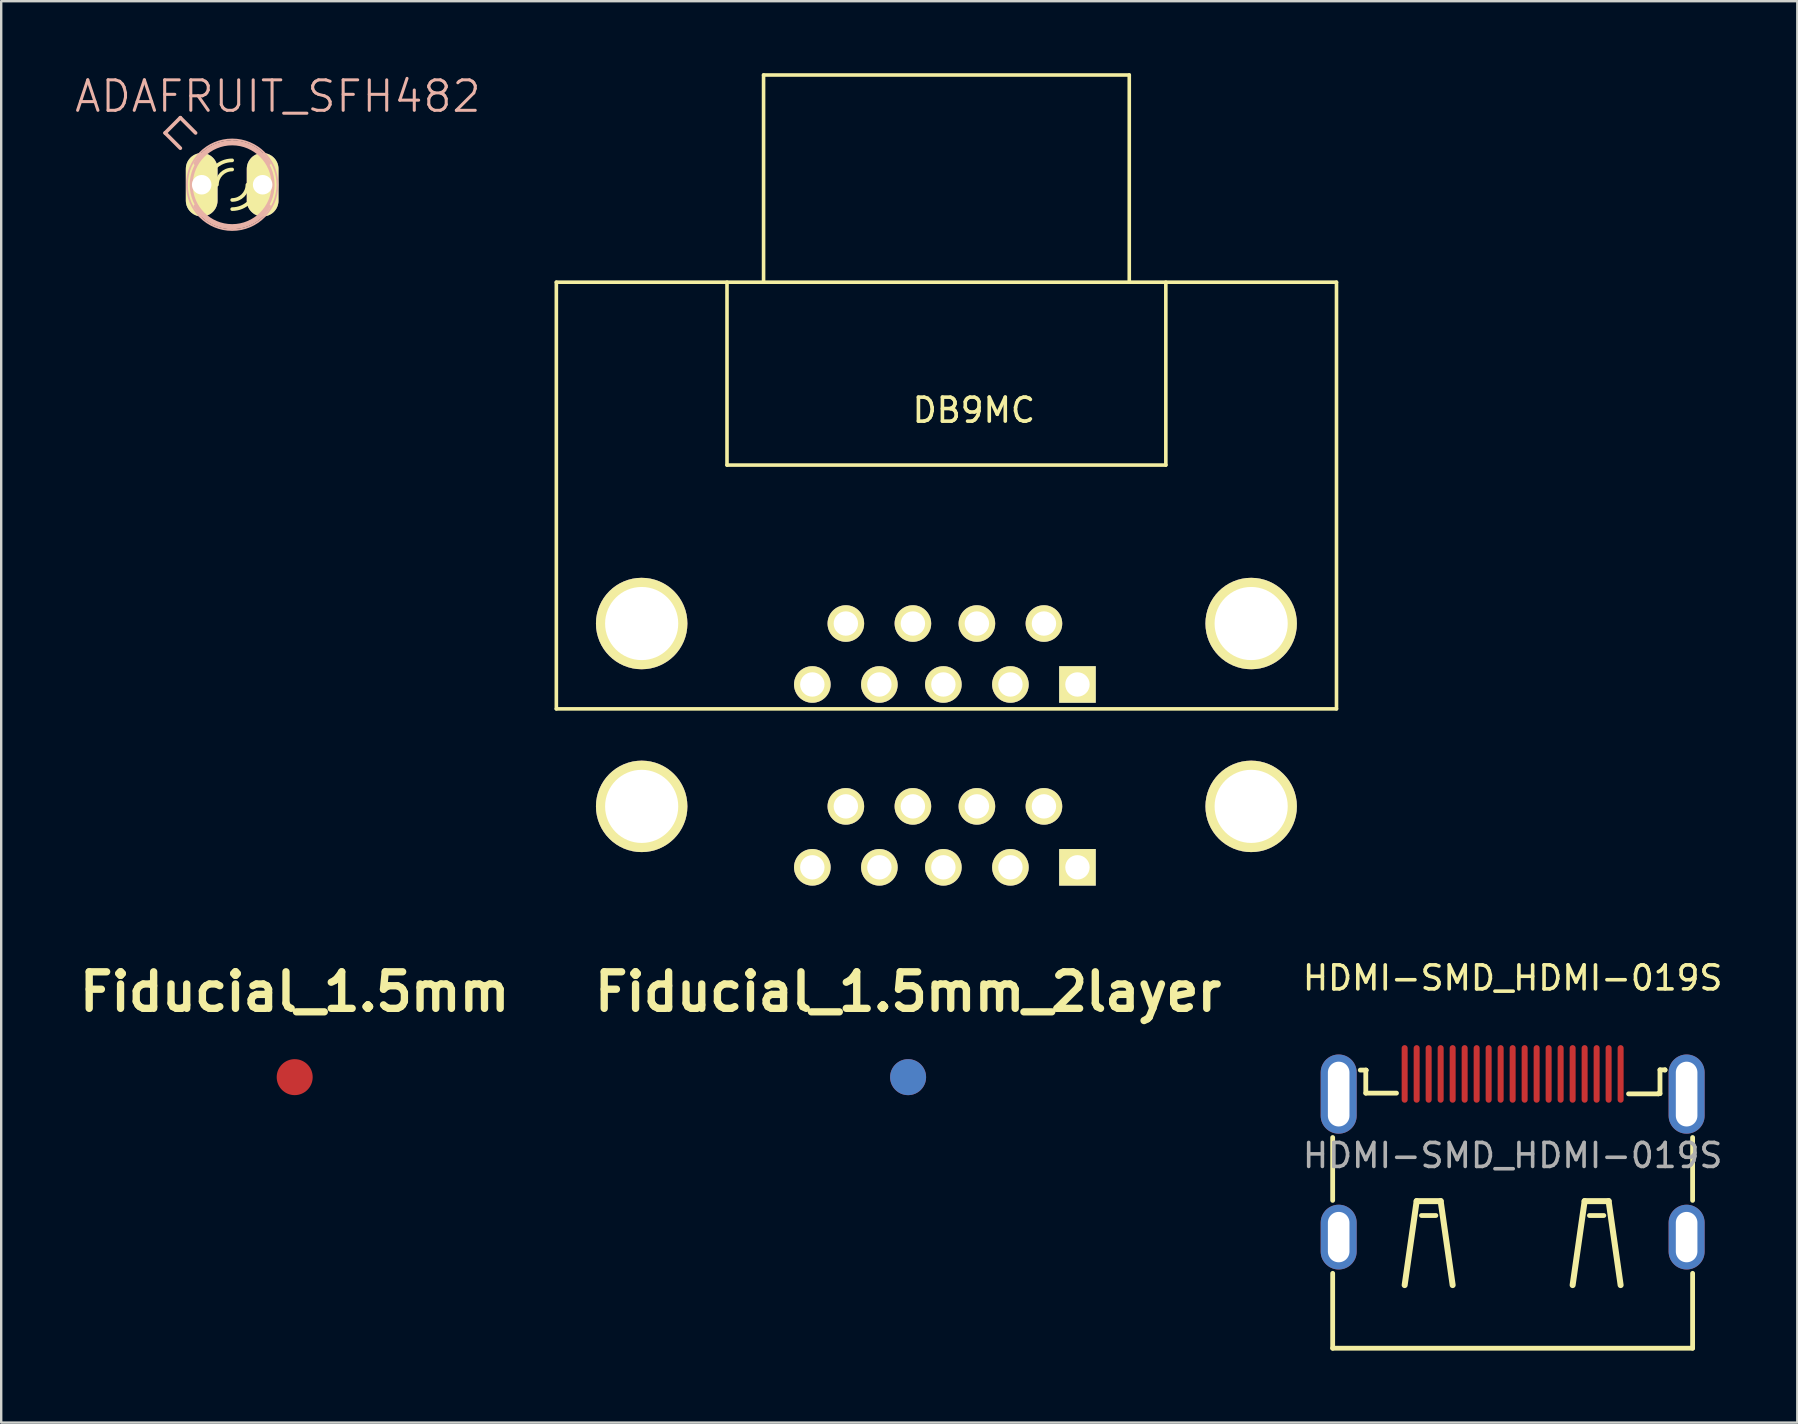
<source format=kicad_pcb>
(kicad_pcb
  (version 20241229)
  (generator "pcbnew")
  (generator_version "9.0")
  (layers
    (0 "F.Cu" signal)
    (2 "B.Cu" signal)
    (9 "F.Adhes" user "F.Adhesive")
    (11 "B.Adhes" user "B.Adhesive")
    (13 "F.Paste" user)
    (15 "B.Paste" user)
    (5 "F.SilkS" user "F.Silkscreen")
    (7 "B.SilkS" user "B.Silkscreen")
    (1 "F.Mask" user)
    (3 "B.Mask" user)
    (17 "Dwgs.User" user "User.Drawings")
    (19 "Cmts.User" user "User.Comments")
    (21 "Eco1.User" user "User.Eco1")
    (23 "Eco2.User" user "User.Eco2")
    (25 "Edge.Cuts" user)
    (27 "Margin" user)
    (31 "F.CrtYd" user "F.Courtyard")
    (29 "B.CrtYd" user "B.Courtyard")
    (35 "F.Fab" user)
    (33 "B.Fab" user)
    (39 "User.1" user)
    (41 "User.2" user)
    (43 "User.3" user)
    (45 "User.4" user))
  (footprint "Fiducial_1.5mm_2layer"
    (layer "F.Cu")
    (at 34.794 41.839)
    (property "Reference" "Fiducial_1.5mm_2layer" (at 0 -3.556 0) (layer "F.SilkS") (effects (font (size 1.524 1.524) (thickness 0.305))))
    (attr smd)
    (pad "~" connect circle (at 0 0) (size 1.5 1.5) (layers "F.Cu" "F.Mask"))
    (pad "~" connect circle (at 0 0) (size 1.5 1.5) (layers "B.Cu" "B.Mask")))
  (footprint "HDMI-SMD_HDMI-019S"
    (layer "F.Cu")
    (at 59.988 45.105)
    (property "Reference" "HDMI-SMD_HDMI-019S" (at 0 -7.4 0) (layer "F.SilkS") (effects (font (size 1 1) (thickness 0.15))))
    (attr smd)
    (fp_line (start -7.5 1.87) (end -7.5 -0.75) (stroke (width 0.2) (type solid)) (layer "F.SilkS"))
    (fp_line (start -7.5 8.03) (end -7.5 4.91) (stroke (width 0.2) (type solid)) (layer "F.SilkS"))
    (fp_line (start -7.5 8.03) (end 7.5 8.03) (stroke (width 0.2) (type solid)) (layer "F.SilkS"))
    (fp_line (start -6.35 -3.56) (end -6.11 -3.56) (stroke (width 0.2) (type solid)) (layer "F.SilkS"))
    (fp_line (start -6.12 -3.55) (end -6.12 -2.6) (stroke (width 0.2) (type solid)) (layer "F.SilkS"))
    (fp_line (start -6.12 -2.6) (end -4.84 -2.6) (stroke (width 0.2) (type solid)) (layer "F.SilkS"))
    (fp_line (start -6.11 -3.56) (end -6.11 -3.55) (stroke (width 0.2) (type solid)) (layer "F.SilkS"))
    (fp_line (start -6.11 -3.55) (end -6.12 -3.55) (stroke (width 0.2) (type solid)) (layer "F.SilkS"))
    (fp_line (start -4 1.9) (end -4.5 5.4) (stroke (width 0.25) (type solid)) (layer "F.SilkS"))
    (fp_line (start -3.2 2.5) (end -3.8 2.5) (stroke (width 0.2) (type solid)) (layer "F.SilkS"))
    (fp_line (start -3 1.9) (end -4 1.9) (stroke (width 0.25) (type solid)) (layer "F.SilkS"))
    (fp_line (start -2.5 5.4) (end -3 1.9) (stroke (width 0.25) (type solid)) (layer "F.SilkS"))
    (fp_line (start 2.5 5.4) (end 3 1.9) (stroke (width 0.25) (type solid)) (layer "F.SilkS"))
    (fp_line (start 3 1.9) (end 4 1.9) (stroke (width 0.25) (type solid)) (layer "F.SilkS"))
    (fp_line (start 3.2 2.5) (end 3.8 2.5) (stroke (width 0.2) (type solid)) (layer "F.SilkS"))
    (fp_line (start 4 1.9) (end 4.5 5.4) (stroke (width 0.25) (type solid)) (layer "F.SilkS"))
    (fp_line (start 4.83 -2.57) (end 6.08 -2.57) (stroke (width 0.2) (type solid)) (layer "F.SilkS"))
    (fp_line (start 6.08 -2.58) (end 6.14 -2.58) (stroke (width 0.2) (type solid)) (layer "F.SilkS"))
    (fp_line (start 6.08 -2.57) (end 6.08 -2.58) (stroke (width 0.2) (type solid)) (layer "F.SilkS"))
    (fp_line (start 6.14 -3.57) (end 6.35 -3.57) (stroke (width 0.2) (type solid)) (layer "F.SilkS"))
    (fp_line (start 6.14 -2.58) (end 6.14 -3.57) (stroke (width 0.2) (type solid)) (layer "F.SilkS"))
    (fp_line (start 6.35 -3.57) (end 6.35 -3.56) (stroke (width 0.2) (type solid)) (layer "F.SilkS"))
    (fp_line (start 7.5 1.87) (end 7.5 -0.75) (stroke (width 0.2) (type solid)) (layer "F.SilkS"))
    (fp_line (start 7.5 8.03) (end 7.5 4.91) (stroke (width 0.2) (type solid)) (layer "F.SilkS"))
    (fp_circle (center 7.5 -3.6) (end 7.53 -3.6) (stroke (width 0.06) (type solid)) (fill no) (layer "F.Fab"))
    (fp_text user "${REFERENCE}" (at 0 0 0) (layer "F.Fab") (effects (font (size 1 1) (thickness 0.15))))
    (pad "1" smd oval (at 4.5 -3.4) (size 0.25 2.4) (layers "F.Cu" "F.Mask" "F.Paste"))
    (pad "2" smd oval (at 4 -3.4) (size 0.25 2.4) (layers "F.Cu" "F.Mask" "F.Paste"))
    (pad "3" smd oval (at 3.5 -3.4) (size 0.25 2.4) (layers "F.Cu" "F.Mask" "F.Paste"))
    (pad "4" smd oval (at 3 -3.4) (size 0.25 2.4) (layers "F.Cu" "F.Mask" "F.Paste"))
    (pad "5" smd oval (at 2.5 -3.4) (size 0.25 2.4) (layers "F.Cu" "F.Mask" "F.Paste"))
    (pad "6" smd oval (at 2 -3.4) (size 0.25 2.4) (layers "F.Cu" "F.Mask" "F.Paste"))
    (pad "7" smd oval (at 1.5 -3.4) (size 0.25 2.4) (layers "F.Cu" "F.Mask" "F.Paste"))
    (pad "8" smd oval (at 1 -3.4) (size 0.25 2.4) (layers "F.Cu" "F.Mask" "F.Paste"))
    (pad "9" smd oval (at 0.5 -3.4) (size 0.25 2.4) (layers "F.Cu" "F.Mask" "F.Paste"))
    (pad "10" smd oval (at 0 -3.4) (size 0.25 2.4) (layers "F.Cu" "F.Mask" "F.Paste"))
    (pad "11" smd oval (at -0.5 -3.4) (size 0.25 2.4) (layers "F.Cu" "F.Mask" "F.Paste"))
    (pad "12" smd oval (at -1 -3.4) (size 0.25 2.4) (layers "F.Cu" "F.Mask" "F.Paste"))
    (pad "13" smd oval (at -1.5 -3.4) (size 0.25 2.4) (layers "F.Cu" "F.Mask" "F.Paste"))
    (pad "14" smd oval (at -2 -3.4) (size 0.25 2.4) (layers "F.Cu" "F.Mask" "F.Paste"))
    (pad "15" smd oval (at -2.5 -3.4) (size 0.25 2.4) (layers "F.Cu" "F.Mask" "F.Paste"))
    (pad "16" smd oval (at -3 -3.4) (size 0.25 2.4) (layers "F.Cu" "F.Mask" "F.Paste"))
    (pad "17" smd oval (at -3.5 -3.4) (size 0.25 2.4) (layers "F.Cu" "F.Mask" "F.Paste"))
    (pad "18" smd oval (at -4 -3.4) (size 0.25 2.4) (layers "F.Cu" "F.Mask" "F.Paste"))
    (pad "19" smd oval (at -4.5 -3.4) (size 0.25 2.4) (layers "F.Cu" "F.Mask" "F.Paste"))
    (pad "SH" thru_hole oval (at -7.25 -2.56) (size 1.5 3.3) (drill oval 0.9 2.7) (layers "*.Cu" "*.Paste" "*.Mask"))
    (pad "SH" thru_hole oval (at -7.25 3.4) (size 1.5 2.7) (drill oval 0.9 2.1) (layers "*.Cu" "*.Paste" "*.Mask"))
    (pad "SH" thru_hole oval (at 7.25 -2.56) (size 1.5 3.3) (drill oval 0.9 2.7) (layers "*.Cu" "*.Paste" "*.Mask"))
    (pad "SH" thru_hole oval (at 7.25 3.4) (size 1.5 2.7) (drill oval 0.9 2.1) (layers "*.Cu" "*.Paste" "*.Mask")))
  (footprint "ADAFRUIT_SFH482"
    (layer "F.Cu")
    (at 6.625 4.649)
    (property "Reference" "ADAFRUIT_SFH482" (at 1.905 -3.683 0) (layer "B.SilkS") (effects (font (size 1.27 1.27) (thickness 0.127))))
    (attr exclude_from_pos_files exclude_from_bom)
    (fp_arc (start -1.778 0) (mid -1.707402 -0.496046) (end -1.501215 -0.9527) (stroke (width 0.1524) (type solid)) (layer "F.SilkS"))
    (fp_arc (start -1.51384 0.92964) (mid -1.709767 0.482328) (end -1.776497 -0.001431) (stroke (width 0.1524) (type solid)) (layer "F.SilkS"))
    (fp_arc (start -1.016 0) (mid -0.71842 -0.71842) (end 0 -1.016) (stroke (width 0.1524) (type solid)) (layer "F.SilkS"))
    (fp_arc (start -0.635 0) (mid -0.449013 -0.449013) (end 0 -0.635) (stroke (width 0.1524) (type solid)) (layer "F.SilkS"))
    (fp_arc (start 0.635 0) (mid 0.449013 0.449013) (end 0 0.635) (stroke (width 0.1524) (type solid)) (layer "F.SilkS"))
    (fp_arc (start 1.016 0) (mid 0.71842 0.71842) (end 0 1.016) (stroke (width 0.1524) (type solid)) (layer "F.SilkS"))
    (fp_arc (start 1.51384 -0.92964) (mid 1.709767 -0.482328) (end 1.776497 0.001431) (stroke (width 0.1524) (type solid)) (layer "F.SilkS"))
    (fp_arc (start 1.778 0) (mid 1.707402 0.496046) (end 1.501215 0.9527) (stroke (width 0.1524) (type solid)) (layer "F.SilkS"))
    (fp_line (start -2.794 -2.159) (end -2.159 -2.794) (stroke (width 0.152) (type solid)) (layer "B.SilkS"))
    (fp_line (start -2.159 -1.524) (end -2.794 -2.159) (stroke (width 0.152) (type solid)) (layer "B.SilkS"))
    (fp_line (start -1.524 -2.159) (end -2.159 -2.794) (stroke (width 0.152) (type solid)) (layer "B.SilkS"))
    (fp_arc (start -1.53416 -0.89408) (mid -0.885614 -1.539063) (end -0.002081 -1.775675) (stroke (width 0.1524) (type solid)) (layer "B.SilkS"))
    (fp_arc (start 0 -1.778) (mid 0.884966 -1.542115) (end 1.535117 -0.89705) (stroke (width 0.1524) (type solid)) (layer "B.SilkS"))
    (fp_arc (start 0 1.778) (mid -0.884966 1.542115) (end -1.535117 0.89705) (stroke (width 0.1524) (type solid)) (layer "B.SilkS"))
    (fp_arc (start 1.53416 0.89408) (mid 0.885614 1.539063) (end 0.002081 1.775675) (stroke (width 0.1524) (type solid)) (layer "B.SilkS"))
    (fp_circle (center 0 0) (end -1.333 1.333) (stroke (width 0.076) (type solid)) (fill no) (layer "B.SilkS"))
    (fp_circle (center 0 0) (end -1.206 1.206) (stroke (width 0.127) (type solid)) (fill no) (layer "B.SilkS"))
    (pad "A" thru_hole oval (at -1.27 0 180) (size 1.321 2.642) (drill 0.813) (layers "*.Cu" "F.Mask" "F.SilkS" "F.Paste"))
    (pad "K" thru_hole oval (at 1.27 0 180) (size 1.321 2.642) (drill 0.813) (layers "*.Cu" "F.Mask" "F.SilkS" "F.Paste")))
  (footprint "Fiducial_1.5mm"
    (layer "F.Cu")
    (at 9.231 41.839)
    (property "Reference" "Fiducial_1.5mm" (at 0 -3.556 0) (layer "F.SilkS") (effects (font (size 1.524 1.524) (thickness 0.305))))
    (attr smd)
    (pad "~" connect circle (at 0 0) (size 1.5 1.5) (layers "F.Cu" "F.Mask")))
  (footprint "DB9MC"
    (layer "F.Cu")
    (at 36.264 24.205)
    (property "Reference" "DB9MC" (at 1.27 -10.16 0) (layer "F.SilkS") (effects (font (size 1 1) (thickness 0.15))))
    (attr through_hole)
    (fp_line (start -16.129 -15.494) (end -16.129 2.286) (stroke (width 0.15) (type solid)) (layer "F.SilkS"))
    (fp_line (start -16.129 2.286) (end 16.383 2.286) (stroke (width 0.15) (type solid)) (layer "F.SilkS"))
    (fp_line (start -9.017 -15.494) (end -9.017 -7.874) (stroke (width 0.15) (type solid)) (layer "F.SilkS"))
    (fp_line (start -9.017 -7.874) (end 9.271 -7.874) (stroke (width 0.15) (type solid)) (layer "F.SilkS"))
    (fp_line (start -7.493 -24.13) (end 7.747 -24.13) (stroke (width 0.15) (type solid)) (layer "F.SilkS"))
    (fp_line (start -7.493 -15.494) (end -7.493 -24.13) (stroke (width 0.15) (type solid)) (layer "F.SilkS"))
    (fp_line (start 7.747 -24.13) (end 7.747 -15.494) (stroke (width 0.15) (type solid)) (layer "F.SilkS"))
    (fp_line (start 9.271 -7.874) (end 9.271 -15.494) (stroke (width 0.15) (type solid)) (layer "F.SilkS"))
    (fp_line (start 16.383 -15.494) (end -16.129 -15.494) (stroke (width 0.15) (type solid)) (layer "F.SilkS"))
    (fp_line (start 16.383 2.286) (end 16.383 -15.494) (stroke (width 0.15) (type solid)) (layer "F.SilkS"))
    (pad "" thru_hole circle (at -12.573 -1.27) (size 3.81 3.81) (drill 3.048) (layers "*.Cu" "*.Mask" "F.SilkS"))
    (pad "" thru_hole circle (at -12.573 6.35) (size 3.81 3.81) (drill 3.048) (layers "*.Cu" "*.Mask" "F.SilkS"))
    (pad "" thru_hole circle (at 12.827 -1.27) (size 3.81 3.81) (drill 3.048) (layers "*.Cu" "*.Mask" "F.SilkS"))
    (pad "" thru_hole circle (at 12.827 6.35) (size 3.81 3.81) (drill 3.048) (layers "*.Cu" "*.Mask" "F.SilkS"))
    (pad "1" thru_hole rect (at 5.588 1.27) (size 1.524 1.524) (drill 1.016) (layers "*.Cu" "*.Mask" "F.SilkS"))
    (pad "1" thru_hole rect (at 5.588 8.89) (size 1.524 1.524) (drill 1.016) (layers "*.Cu" "*.Mask" "F.SilkS"))
    (pad "2" thru_hole circle (at 2.794 1.27) (size 1.524 1.524) (drill 1.016) (layers "*.Cu" "*.Mask" "F.SilkS"))
    (pad "2" thru_hole circle (at 2.794 8.89) (size 1.524 1.524) (drill 1.016) (layers "*.Cu" "*.Mask" "F.SilkS"))
    (pad "3" thru_hole circle (at 0 1.27) (size 1.524 1.524) (drill 1.016) (layers "*.Cu" "*.Mask" "F.SilkS"))
    (pad "3" thru_hole circle (at 0 8.89) (size 1.524 1.524) (drill 1.016) (layers "*.Cu" "*.Mask" "F.SilkS"))
    (pad "4" thru_hole circle (at -2.667 1.27) (size 1.524 1.524) (drill 1.016) (layers "*.Cu" "*.Mask" "F.SilkS"))
    (pad "4" thru_hole circle (at -2.667 8.89) (size 1.524 1.524) (drill 1.016) (layers "*.Cu" "*.Mask" "F.SilkS"))
    (pad "5" thru_hole circle (at -5.461 1.27) (size 1.524 1.524) (drill 1.016) (layers "*.Cu" "*.Mask" "F.SilkS"))
    (pad "5" thru_hole circle (at -5.461 8.89) (size 1.524 1.524) (drill 1.016) (layers "*.Cu" "*.Mask" "F.SilkS"))
    (pad "6" thru_hole circle (at 4.191 -1.27) (size 1.524 1.524) (drill 1.016) (layers "*.Cu" "*.Mask" "F.SilkS"))
    (pad "6" thru_hole circle (at 4.191 6.35) (size 1.524 1.524) (drill 1.016) (layers "*.Cu" "*.Mask" "F.SilkS"))
    (pad "7" thru_hole circle (at 1.397 -1.27) (size 1.524 1.524) (drill 1.016) (layers "*.Cu" "*.Mask" "F.SilkS"))
    (pad "7" thru_hole circle (at 1.397 6.35) (size 1.524 1.524) (drill 1.016) (layers "*.Cu" "*.Mask" "F.SilkS"))
    (pad "8" thru_hole circle (at -1.27 -1.27) (size 1.524 1.524) (drill 1.016) (layers "*.Cu" "*.Mask" "F.SilkS"))
    (pad "8" thru_hole circle (at -1.27 6.35) (size 1.524 1.524) (drill 1.016) (layers "*.Cu" "*.Mask" "F.SilkS"))
    (pad "9" thru_hole circle (at -4.064 -1.27) (size 1.524 1.524) (drill 1.016) (layers "*.Cu" "*.Mask" "F.SilkS"))
    (pad "9" thru_hole circle (at -4.064 6.35) (size 1.524 1.524) (drill 1.016) (layers "*.Cu" "*.Mask" "F.SilkS")))
  (gr_rect
    (start -3 -3)
    (end 71.851 56.235)
    (stroke (width 0.1) (type default))
    (fill no)
    (layer "Edge.Cuts")))
</source>
